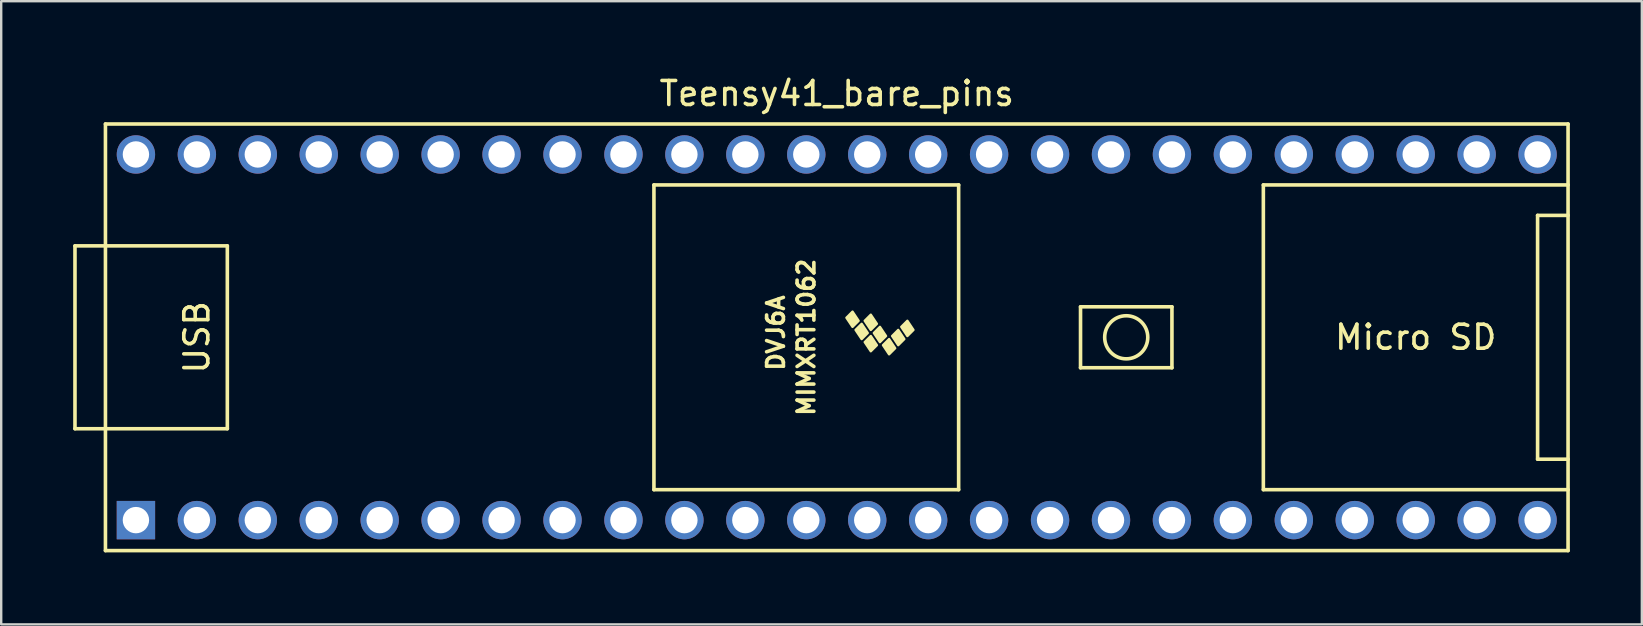
<source format=kicad_pcb>
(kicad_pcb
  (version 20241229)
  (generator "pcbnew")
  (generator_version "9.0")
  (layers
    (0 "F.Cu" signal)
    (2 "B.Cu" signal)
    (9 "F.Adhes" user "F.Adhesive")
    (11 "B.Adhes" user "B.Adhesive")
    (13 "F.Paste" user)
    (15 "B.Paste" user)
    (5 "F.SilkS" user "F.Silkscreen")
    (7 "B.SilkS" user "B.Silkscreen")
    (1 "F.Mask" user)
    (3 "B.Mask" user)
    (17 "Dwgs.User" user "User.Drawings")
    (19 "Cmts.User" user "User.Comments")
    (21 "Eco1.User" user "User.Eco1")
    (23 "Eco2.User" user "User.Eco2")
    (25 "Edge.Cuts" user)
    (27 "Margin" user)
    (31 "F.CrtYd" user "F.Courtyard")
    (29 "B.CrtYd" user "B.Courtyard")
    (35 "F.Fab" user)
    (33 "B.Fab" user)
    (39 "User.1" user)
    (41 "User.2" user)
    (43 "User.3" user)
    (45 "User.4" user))
  (footprint "Teensy41_bare_pins"
    (layer "F.Cu")
    (at 31.825 11.008)
    (property "Reference" "Teensy41_bare_pins" (at 0 -10.16 0) (layer "F.SilkS") (effects (font (size 1 1) (thickness 0.15))))
    (attr through_hole)
    (fp_line (start -31.75 -3.81) (end -30.48 -3.81) (stroke (width 0.15) (type solid)) (layer "F.SilkS"))
    (fp_line (start -31.75 3.81) (end -31.75 -3.81) (stroke (width 0.15) (type solid)) (layer "F.SilkS"))
    (fp_line (start -30.48 -8.89) (end 30.48 -8.89) (stroke (width 0.15) (type solid)) (layer "F.SilkS"))
    (fp_line (start -30.48 3.81) (end -31.75 3.81) (stroke (width 0.15) (type solid)) (layer "F.SilkS"))
    (fp_line (start -30.48 8.89) (end -30.48 -8.89) (stroke (width 0.15) (type solid)) (layer "F.SilkS"))
    (fp_line (start -25.4 -3.81) (end -30.48 -3.81) (stroke (width 0.15) (type solid)) (layer "F.SilkS"))
    (fp_line (start -25.4 3.81) (end -30.48 3.81) (stroke (width 0.15) (type solid)) (layer "F.SilkS"))
    (fp_line (start -25.4 3.81) (end -25.4 -3.81) (stroke (width 0.15) (type solid)) (layer "F.SilkS"))
    (fp_line (start -7.62 -6.35) (end -7.62 6.35) (stroke (width 0.15) (type solid)) (layer "F.SilkS"))
    (fp_line (start -7.62 6.35) (end 5.08 6.35) (stroke (width 0.15) (type solid)) (layer "F.SilkS"))
    (fp_line (start 5.08 -6.35) (end -7.62 -6.35) (stroke (width 0.15) (type solid)) (layer "F.SilkS"))
    (fp_line (start 5.08 6.35) (end 5.08 -6.35) (stroke (width 0.15) (type solid)) (layer "F.SilkS"))
    (fp_line (start 10.16 -1.27) (end 13.97 -1.27) (stroke (width 0.15) (type solid)) (layer "F.SilkS"))
    (fp_line (start 10.16 1.27) (end 10.16 -1.27) (stroke (width 0.15) (type solid)) (layer "F.SilkS"))
    (fp_line (start 13.97 -1.27) (end 13.97 1.27) (stroke (width 0.15) (type solid)) (layer "F.SilkS"))
    (fp_line (start 13.97 1.27) (end 10.16 1.27) (stroke (width 0.15) (type solid)) (layer "F.SilkS"))
    (fp_line (start 17.78 -6.35) (end 17.78 6.35) (stroke (width 0.15) (type solid)) (layer "F.SilkS"))
    (fp_line (start 17.78 6.35) (end 30.48 6.35) (stroke (width 0.15) (type solid)) (layer "F.SilkS"))
    (fp_line (start 29.21 -5.08) (end 29.21 5.08) (stroke (width 0.15) (type solid)) (layer "F.SilkS"))
    (fp_line (start 29.21 5.08) (end 30.48 5.08) (stroke (width 0.15) (type solid)) (layer "F.SilkS"))
    (fp_line (start 30.48 -8.89) (end 30.48 8.89) (stroke (width 0.15) (type solid)) (layer "F.SilkS"))
    (fp_line (start 30.48 -6.35) (end 17.78 -6.35) (stroke (width 0.15) (type solid)) (layer "F.SilkS"))
    (fp_line (start 30.48 -5.08) (end 29.21 -5.08) (stroke (width 0.15) (type solid)) (layer "F.SilkS"))
    (fp_line (start 30.48 8.89) (end -30.48 8.89) (stroke (width 0.15) (type solid)) (layer "F.SilkS"))
    (fp_circle (center 12.065 0) (end 12.7 -0.635) (stroke (width 0.15) (type solid)) (fill no) (layer "F.SilkS"))
    (fp_poly (pts (xy 0.911 -0.688) (xy 0.657 -0.434) (xy 0.403 -0.815) (xy 0.657 -1.069)) (stroke (width 0.1) (type solid)) (fill yes) (layer "F.SilkS"))
    (fp_poly (pts (xy 1.292 -0.18) (xy 1.038 0.074) (xy 0.784 -0.307) (xy 1.038 -0.561)) (stroke (width 0.1) (type solid)) (fill yes) (layer "F.SilkS"))
    (fp_poly (pts (xy 1.673 -0.561) (xy 1.419 -0.307) (xy 1.165 -0.688) (xy 1.419 -0.942)) (stroke (width 0.1) (type solid)) (fill yes) (layer "F.SilkS"))
    (fp_poly (pts (xy 1.673 0.328) (xy 1.419 0.582) (xy 1.165 0.201) (xy 1.419 -0.053)) (stroke (width 0.1) (type solid)) (fill yes) (layer "F.SilkS"))
    (fp_poly (pts (xy 2.054 -0.053) (xy 1.8 0.201) (xy 1.546 -0.18) (xy 1.8 -0.434)) (stroke (width 0.1) (type solid)) (fill yes) (layer "F.SilkS"))
    (fp_poly (pts (xy 2.435 0.455) (xy 2.181 0.709) (xy 1.927 0.328) (xy 2.181 0.074)) (stroke (width 0.1) (type solid)) (fill yes) (layer "F.SilkS"))
    (fp_poly (pts (xy 2.816 0.074) (xy 2.562 0.328) (xy 2.308 -0.053) (xy 2.562 -0.307)) (stroke (width 0.1) (type solid)) (fill yes) (layer "F.SilkS"))
    (fp_poly (pts (xy 3.197 -0.307) (xy 2.943 -0.053) (xy 2.689 -0.434) (xy 2.943 -0.688)) (stroke (width 0.1) (type solid)) (fill yes) (layer "F.SilkS"))
    (fp_text user "USB" (at -26.67 0 270) (layer "F.SilkS") (effects (font (size 1 1) (thickness 0.15))))
    (fp_text user "Micro SD" (at 24.13 0 0) (layer "F.SilkS") (effects (font (size 1 1) (thickness 0.15))))
    (fp_text user "DVJ6A" (at -2.54 -0.18 270) (layer "F.SilkS") (effects (font (size 0.7 0.7) (thickness 0.15))))
    (fp_text user "MIMXRT1062" (at -1.27 0 270) (layer "F.SilkS") (effects (font (size 0.7 0.7) (thickness 0.15))))
    (pad "1" thru_hole rect (at -29.21 7.62) (size 1.6 1.6) (drill 1.1) (layers "*.Cu" "*.Mask"))
    (pad "2" thru_hole circle (at -26.67 7.62) (size 1.6 1.6) (drill 1.1) (layers "*.Cu" "*.Mask"))
    (pad "3" thru_hole circle (at -24.13 7.62) (size 1.6 1.6) (drill 1.1) (layers "*.Cu" "*.Mask"))
    (pad "4" thru_hole circle (at -21.59 7.62) (size 1.6 1.6) (drill 1.1) (layers "*.Cu" "*.Mask"))
    (pad "5" thru_hole circle (at -19.05 7.62) (size 1.6 1.6) (drill 1.1) (layers "*.Cu" "*.Mask"))
    (pad "6" thru_hole circle (at -16.51 7.62) (size 1.6 1.6) (drill 1.1) (layers "*.Cu" "*.Mask"))
    (pad "7" thru_hole circle (at -13.97 7.62) (size 1.6 1.6) (drill 1.1) (layers "*.Cu" "*.Mask"))
    (pad "8" thru_hole circle (at -11.43 7.62) (size 1.6 1.6) (drill 1.1) (layers "*.Cu" "*.Mask"))
    (pad "9" thru_hole circle (at -8.89 7.62) (size 1.6 1.6) (drill 1.1) (layers "*.Cu" "*.Mask"))
    (pad "10" thru_hole circle (at -6.35 7.62) (size 1.6 1.6) (drill 1.1) (layers "*.Cu" "*.Mask"))
    (pad "11" thru_hole circle (at -3.81 7.62) (size 1.6 1.6) (drill 1.1) (layers "*.Cu" "*.Mask"))
    (pad "12" thru_hole circle (at -1.27 7.62) (size 1.6 1.6) (drill 1.1) (layers "*.Cu" "*.Mask"))
    (pad "13" thru_hole circle (at 1.27 7.62) (size 1.6 1.6) (drill 1.1) (layers "*.Cu" "*.Mask"))
    (pad "14" thru_hole circle (at 3.81 7.62) (size 1.6 1.6) (drill 1.1) (layers "*.Cu" "*.Mask"))
    (pad "15" thru_hole circle (at 6.35 7.62) (size 1.6 1.6) (drill 1.1) (layers "*.Cu" "*.Mask"))
    (pad "16" thru_hole circle (at 8.89 7.62) (size 1.6 1.6) (drill 1.1) (layers "*.Cu" "*.Mask"))
    (pad "17" thru_hole circle (at 11.43 7.62) (size 1.6 1.6) (drill 1.1) (layers "*.Cu" "*.Mask"))
    (pad "18" thru_hole circle (at 13.97 7.62) (size 1.6 1.6) (drill 1.1) (layers "*.Cu" "*.Mask"))
    (pad "19" thru_hole circle (at 16.51 7.62) (size 1.6 1.6) (drill 1.1) (layers "*.Cu" "*.Mask"))
    (pad "20" thru_hole circle (at 19.05 7.62) (size 1.6 1.6) (drill 1.1) (layers "*.Cu" "*.Mask"))
    (pad "21" thru_hole circle (at 21.59 7.62) (size 1.6 1.6) (drill 1.1) (layers "*.Cu" "*.Mask"))
    (pad "22" thru_hole circle (at 24.13 7.62) (size 1.6 1.6) (drill 1.1) (layers "*.Cu" "*.Mask"))
    (pad "23" thru_hole circle (at 26.67 7.62) (size 1.6 1.6) (drill 1.1) (layers "*.Cu" "*.Mask"))
    (pad "24" thru_hole circle (at 29.21 7.62) (size 1.6 1.6) (drill 1.1) (layers "*.Cu" "*.Mask"))
    (pad "25" thru_hole circle (at 29.21 -7.62) (size 1.6 1.6) (drill 1.1) (layers "*.Cu" "*.Mask"))
    (pad "26" thru_hole circle (at 26.67 -7.62) (size 1.6 1.6) (drill 1.1) (layers "*.Cu" "*.Mask"))
    (pad "27" thru_hole circle (at 24.13 -7.62) (size 1.6 1.6) (drill 1.1) (layers "*.Cu" "*.Mask"))
    (pad "28" thru_hole circle (at 21.59 -7.62) (size 1.6 1.6) (drill 1.1) (layers "*.Cu" "*.Mask"))
    (pad "29" thru_hole circle (at 19.05 -7.62) (size 1.6 1.6) (drill 1.1) (layers "*.Cu" "*.Mask"))
    (pad "30" thru_hole circle (at 16.51 -7.62) (size 1.6 1.6) (drill 1.1) (layers "*.Cu" "*.Mask"))
    (pad "31" thru_hole circle (at 13.97 -7.62) (size 1.6 1.6) (drill 1.1) (layers "*.Cu" "*.Mask"))
    (pad "32" thru_hole circle (at 11.43 -7.62) (size 1.6 1.6) (drill 1.1) (layers "*.Cu" "*.Mask"))
    (pad "33" thru_hole circle (at 8.89 -7.62) (size 1.6 1.6) (drill 1.1) (layers "*.Cu" "*.Mask"))
    (pad "34" thru_hole circle (at 6.35 -7.62) (size 1.6 1.6) (drill 1.1) (layers "*.Cu" "*.Mask"))
    (pad "35" thru_hole circle (at 3.81 -7.62) (size 1.6 1.6) (drill 1.1) (layers "*.Cu" "*.Mask"))
    (pad "36" thru_hole circle (at 1.27 -7.62) (size 1.6 1.6) (drill 1.1) (layers "*.Cu" "*.Mask"))
    (pad "37" thru_hole circle (at -1.27 -7.62) (size 1.6 1.6) (drill 1.1) (layers "*.Cu" "*.Mask"))
    (pad "38" thru_hole circle (at -3.81 -7.62) (size 1.6 1.6) (drill 1.1) (layers "*.Cu" "*.Mask"))
    (pad "39" thru_hole circle (at -6.35 -7.62) (size 1.6 1.6) (drill 1.1) (layers "*.Cu" "*.Mask"))
    (pad "40" thru_hole circle (at -8.89 -7.62) (size 1.6 1.6) (drill 1.1) (layers "*.Cu" "*.Mask"))
    (pad "41" thru_hole circle (at -11.43 -7.62) (size 1.6 1.6) (drill 1.1) (layers "*.Cu" "*.Mask"))
    (pad "42" thru_hole circle (at -13.97 -7.62) (size 1.6 1.6) (drill 1.1) (layers "*.Cu" "*.Mask"))
    (pad "43" thru_hole circle (at -16.51 -7.62) (size 1.6 1.6) (drill 1.1) (layers "*.Cu" "*.Mask"))
    (pad "44" thru_hole circle (at -19.05 -7.62) (size 1.6 1.6) (drill 1.1) (layers "*.Cu" "*.Mask"))
    (pad "45" thru_hole circle (at -21.59 -7.62) (size 1.6 1.6) (drill 1.1) (layers "*.Cu" "*.Mask"))
    (pad "46" thru_hole circle (at -24.13 -7.62) (size 1.6 1.6) (drill 1.1) (layers "*.Cu" "*.Mask"))
    (pad "47" thru_hole circle (at -26.67 -7.62) (size 1.6 1.6) (drill 1.1) (layers "*.Cu" "*.Mask"))
    (pad "48" thru_hole circle (at -29.21 -7.62) (size 1.6 1.6) (drill 1.1) (layers "*.Cu" "*.Mask")))
  (gr_rect
    (start -3 -3)
    (end 65.38 22.973)
    (stroke (width 0.1) (type default))
    (fill no)
    (layer "Edge.Cuts")))
</source>
